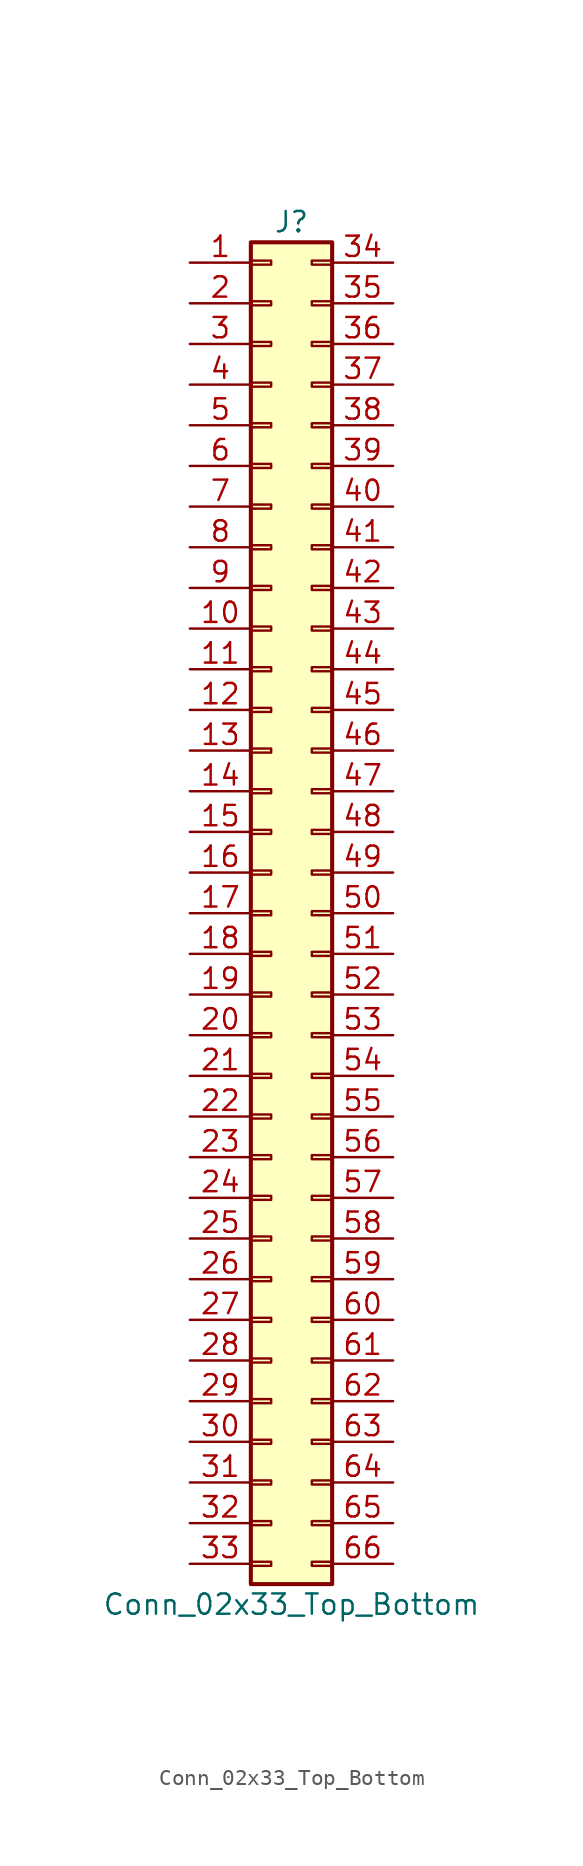
<source format=kicad_sym>
(kicad_symbol_lib
  (version 20220914)
  (generator kicad_symbol_editor)
  (symbol "Conn_02x33_Top_Bottom"
    (pin_names
      (offset 1.016) hide)
    (property "Reference" "J"
      (at 1.27 43.18 0)
      (effects (font (size 1.27 1.27))))
    (property "Value" "Conn_02x33_Top_Bottom"
      (at 1.27 -43.18 0)
      (effects (font (size 1.27 1.27))))
    (symbol "Conn_02x33_Top_Bottom_1_1"
      (rectangle (start -1.27 -40.513) (end 0 -40.767) (stroke (width 0.152) (type solid)) (fill (type none)))
      (rectangle (start -1.27 -37.973) (end 0 -38.227) (stroke (width 0.152) (type solid)) (fill (type none)))
      (rectangle (start -1.27 -35.433) (end 0 -35.687) (stroke (width 0.152) (type solid)) (fill (type none)))
      (rectangle (start -1.27 -32.893) (end 0 -33.147) (stroke (width 0.152) (type solid)) (fill (type none)))
      (rectangle (start -1.27 -30.353) (end 0 -30.607) (stroke (width 0.152) (type solid)) (fill (type none)))
      (rectangle (start -1.27 -27.813) (end 0 -28.067) (stroke (width 0.152) (type solid)) (fill (type none)))
      (rectangle (start -1.27 -25.273) (end 0 -25.527) (stroke (width 0.152) (type solid)) (fill (type none)))
      (rectangle (start -1.27 -22.733) (end 0 -22.987) (stroke (width 0.152) (type solid)) (fill (type none)))
      (rectangle (start -1.27 -20.193) (end 0 -20.447) (stroke (width 0.152) (type solid)) (fill (type none)))
      (rectangle (start -1.27 -17.653) (end 0 -17.907) (stroke (width 0.152) (type solid)) (fill (type none)))
      (rectangle (start -1.27 -15.113) (end 0 -15.367) (stroke (width 0.152) (type solid)) (fill (type none)))
      (rectangle (start -1.27 -12.573) (end 0 -12.827) (stroke (width 0.152) (type solid)) (fill (type none)))
      (rectangle (start -1.27 -10.033) (end 0 -10.287) (stroke (width 0.152) (type solid)) (fill (type none)))
      (rectangle (start -1.27 -7.493) (end 0 -7.747) (stroke (width 0.152) (type solid)) (fill (type none)))
      (rectangle (start -1.27 -4.953) (end 0 -5.207) (stroke (width 0.152) (type solid)) (fill (type none)))
      (rectangle (start -1.27 -2.413) (end 0 -2.667) (stroke (width 0.152) (type solid)) (fill (type none)))
      (rectangle (start -1.27 0.127) (end 0 -0.127) (stroke (width 0.152) (type solid)) (fill (type none)))
      (rectangle (start -1.27 2.667) (end 0 2.413) (stroke (width 0.152) (type solid)) (fill (type none)))
      (rectangle (start -1.27 5.207) (end 0 4.953) (stroke (width 0.152) (type solid)) (fill (type none)))
      (rectangle (start -1.27 7.747) (end 0 7.493) (stroke (width 0.152) (type solid)) (fill (type none)))
      (rectangle (start -1.27 10.287) (end 0 10.033) (stroke (width 0.152) (type solid)) (fill (type none)))
      (rectangle (start -1.27 12.827) (end 0 12.573) (stroke (width 0.152) (type solid)) (fill (type none)))
      (rectangle (start -1.27 15.367) (end 0 15.113) (stroke (width 0.152) (type solid)) (fill (type none)))
      (rectangle (start -1.27 17.907) (end 0 17.653) (stroke (width 0.152) (type solid)) (fill (type none)))
      (rectangle (start -1.27 20.447) (end 0 20.193) (stroke (width 0.152) (type solid)) (fill (type none)))
      (rectangle (start -1.27 22.987) (end 0 22.733) (stroke (width 0.152) (type solid)) (fill (type none)))
      (rectangle (start -1.27 25.527) (end 0 25.273) (stroke (width 0.152) (type solid)) (fill (type none)))
      (rectangle (start -1.27 28.067) (end 0 27.813) (stroke (width 0.152) (type solid)) (fill (type none)))
      (rectangle (start -1.27 30.607) (end 0 30.353) (stroke (width 0.152) (type solid)) (fill (type none)))
      (rectangle (start -1.27 33.147) (end 0 32.893) (stroke (width 0.152) (type solid)) (fill (type none)))
      (rectangle (start -1.27 35.687) (end 0 35.433) (stroke (width 0.152) (type solid)) (fill (type none)))
      (rectangle (start -1.27 38.227) (end 0 37.973) (stroke (width 0.152) (type solid)) (fill (type none)))
      (rectangle (start -1.27 40.767) (end 0 40.513) (stroke (width 0.152) (type solid)) (fill (type none)))
      (rectangle (start -1.27 41.91) (end 3.81 -41.91) (stroke (width 0.254) (type solid)) (fill (type background)))
      (rectangle (start 3.81 -40.513) (end 2.54 -40.767) (stroke (width 0.152) (type solid)) (fill (type none)))
      (rectangle (start 3.81 -37.973) (end 2.54 -38.227) (stroke (width 0.152) (type solid)) (fill (type none)))
      (rectangle (start 3.81 -35.433) (end 2.54 -35.687) (stroke (width 0.152) (type solid)) (fill (type none)))
      (rectangle (start 3.81 -32.893) (end 2.54 -33.147) (stroke (width 0.152) (type solid)) (fill (type none)))
      (rectangle (start 3.81 -30.353) (end 2.54 -30.607) (stroke (width 0.152) (type solid)) (fill (type none)))
      (rectangle (start 3.81 -27.813) (end 2.54 -28.067) (stroke (width 0.152) (type solid)) (fill (type none)))
      (rectangle (start 3.81 -25.273) (end 2.54 -25.527) (stroke (width 0.152) (type solid)) (fill (type none)))
      (rectangle (start 3.81 -22.733) (end 2.54 -22.987) (stroke (width 0.152) (type solid)) (fill (type none)))
      (rectangle (start 3.81 -20.193) (end 2.54 -20.447) (stroke (width 0.152) (type solid)) (fill (type none)))
      (rectangle (start 3.81 -17.653) (end 2.54 -17.907) (stroke (width 0.152) (type solid)) (fill (type none)))
      (rectangle (start 3.81 -15.113) (end 2.54 -15.367) (stroke (width 0.152) (type solid)) (fill (type none)))
      (rectangle (start 3.81 -12.573) (end 2.54 -12.827) (stroke (width 0.152) (type solid)) (fill (type none)))
      (rectangle (start 3.81 -10.033) (end 2.54 -10.287) (stroke (width 0.152) (type solid)) (fill (type none)))
      (rectangle (start 3.81 -7.493) (end 2.54 -7.747) (stroke (width 0.152) (type solid)) (fill (type none)))
      (rectangle (start 3.81 -4.953) (end 2.54 -5.207) (stroke (width 0.152) (type solid)) (fill (type none)))
      (rectangle (start 3.81 -2.413) (end 2.54 -2.667) (stroke (width 0.152) (type solid)) (fill (type none)))
      (rectangle (start 3.81 0.127) (end 2.54 -0.127) (stroke (width 0.152) (type solid)) (fill (type none)))
      (rectangle (start 3.81 2.667) (end 2.54 2.413) (stroke (width 0.152) (type solid)) (fill (type none)))
      (rectangle (start 3.81 5.207) (end 2.54 4.953) (stroke (width 0.152) (type solid)) (fill (type none)))
      (rectangle (start 3.81 7.747) (end 2.54 7.493) (stroke (width 0.152) (type solid)) (fill (type none)))
      (rectangle (start 3.81 10.287) (end 2.54 10.033) (stroke (width 0.152) (type solid)) (fill (type none)))
      (rectangle (start 3.81 12.827) (end 2.54 12.573) (stroke (width 0.152) (type solid)) (fill (type none)))
      (rectangle (start 3.81 15.367) (end 2.54 15.113) (stroke (width 0.152) (type solid)) (fill (type none)))
      (rectangle (start 3.81 17.907) (end 2.54 17.653) (stroke (width 0.152) (type solid)) (fill (type none)))
      (rectangle (start 3.81 20.447) (end 2.54 20.193) (stroke (width 0.152) (type solid)) (fill (type none)))
      (rectangle (start 3.81 22.987) (end 2.54 22.733) (stroke (width 0.152) (type solid)) (fill (type none)))
      (rectangle (start 3.81 25.527) (end 2.54 25.273) (stroke (width 0.152) (type solid)) (fill (type none)))
      (rectangle (start 3.81 28.067) (end 2.54 27.813) (stroke (width 0.152) (type solid)) (fill (type none)))
      (rectangle (start 3.81 30.607) (end 2.54 30.353) (stroke (width 0.152) (type solid)) (fill (type none)))
      (rectangle (start 3.81 33.147) (end 2.54 32.893) (stroke (width 0.152) (type solid)) (fill (type none)))
      (rectangle (start 3.81 35.687) (end 2.54 35.433) (stroke (width 0.152) (type solid)) (fill (type none)))
      (rectangle (start 3.81 38.227) (end 2.54 37.973) (stroke (width 0.152) (type solid)) (fill (type none)))
      (rectangle (start 3.81 40.767) (end 2.54 40.513) (stroke (width 0.152) (type solid)) (fill (type none)))
      (pin passive line (at -5.08 40.64 0) (length 3.81) (name "Pin_1" (effects (font (size 1.27 1.27)))) (number "1" (effects (font (size 1.27 1.27)))))
      (pin passive line (at -5.08 17.78 0) (length 3.81) (name "Pin_10" (effects (font (size 1.27 1.27)))) (number "10" (effects (font (size 1.27 1.27)))))
      (pin passive line (at -5.08 15.24 0) (length 3.81) (name "Pin_11" (effects (font (size 1.27 1.27)))) (number "11" (effects (font (size 1.27 1.27)))))
      (pin passive line (at -5.08 12.7 0) (length 3.81) (name "Pin_12" (effects (font (size 1.27 1.27)))) (number "12" (effects (font (size 1.27 1.27)))))
      (pin passive line (at -5.08 10.16 0) (length 3.81) (name "Pin_13" (effects (font (size 1.27 1.27)))) (number "13" (effects (font (size 1.27 1.27)))))
      (pin passive line (at -5.08 7.62 0) (length 3.81) (name "Pin_14" (effects (font (size 1.27 1.27)))) (number "14" (effects (font (size 1.27 1.27)))))
      (pin passive line (at -5.08 5.08 0) (length 3.81) (name "Pin_15" (effects (font (size 1.27 1.27)))) (number "15" (effects (font (size 1.27 1.27)))))
      (pin passive line (at -5.08 2.54 0) (length 3.81) (name "Pin_16" (effects (font (size 1.27 1.27)))) (number "16" (effects (font (size 1.27 1.27)))))
      (pin passive line (at -5.08 0 0) (length 3.81) (name "Pin_17" (effects (font (size 1.27 1.27)))) (number "17" (effects (font (size 1.27 1.27)))))
      (pin passive line (at -5.08 -2.54 0) (length 3.81) (name "Pin_18" (effects (font (size 1.27 1.27)))) (number "18" (effects (font (size 1.27 1.27)))))
      (pin passive line (at -5.08 -5.08 0) (length 3.81) (name "Pin_19" (effects (font (size 1.27 1.27)))) (number "19" (effects (font (size 1.27 1.27)))))
      (pin passive line (at -5.08 38.1 0) (length 3.81) (name "Pin_2" (effects (font (size 1.27 1.27)))) (number "2" (effects (font (size 1.27 1.27)))))
      (pin passive line (at -5.08 -7.62 0) (length 3.81) (name "Pin_20" (effects (font (size 1.27 1.27)))) (number "20" (effects (font (size 1.27 1.27)))))
      (pin passive line (at -5.08 -10.16 0) (length 3.81) (name "Pin_21" (effects (font (size 1.27 1.27)))) (number "21" (effects (font (size 1.27 1.27)))))
      (pin passive line (at -5.08 -12.7 0) (length 3.81) (name "Pin_22" (effects (font (size 1.27 1.27)))) (number "22" (effects (font (size 1.27 1.27)))))
      (pin passive line (at -5.08 -15.24 0) (length 3.81) (name "Pin_23" (effects (font (size 1.27 1.27)))) (number "23" (effects (font (size 1.27 1.27)))))
      (pin passive line (at -5.08 -17.78 0) (length 3.81) (name "Pin_24" (effects (font (size 1.27 1.27)))) (number "24" (effects (font (size 1.27 1.27)))))
      (pin passive line (at -5.08 -20.32 0) (length 3.81) (name "Pin_25" (effects (font (size 1.27 1.27)))) (number "25" (effects (font (size 1.27 1.27)))))
      (pin passive line (at -5.08 -22.86 0) (length 3.81) (name "Pin_26" (effects (font (size 1.27 1.27)))) (number "26" (effects (font (size 1.27 1.27)))))
      (pin passive line (at -5.08 -25.4 0) (length 3.81) (name "Pin_27" (effects (font (size 1.27 1.27)))) (number "27" (effects (font (size 1.27 1.27)))))
      (pin passive line (at -5.08 -27.94 0) (length 3.81) (name "Pin_28" (effects (font (size 1.27 1.27)))) (number "28" (effects (font (size 1.27 1.27)))))
      (pin passive line (at -5.08 -30.48 0) (length 3.81) (name "Pin_29" (effects (font (size 1.27 1.27)))) (number "29" (effects (font (size 1.27 1.27)))))
      (pin passive line (at -5.08 35.56 0) (length 3.81) (name "Pin_3" (effects (font (size 1.27 1.27)))) (number "3" (effects (font (size 1.27 1.27)))))
      (pin passive line (at -5.08 -33.02 0) (length 3.81) (name "Pin_30" (effects (font (size 1.27 1.27)))) (number "30" (effects (font (size 1.27 1.27)))))
      (pin passive line (at -5.08 -35.56 0) (length 3.81) (name "Pin_31" (effects (font (size 1.27 1.27)))) (number "31" (effects (font (size 1.27 1.27)))))
      (pin passive line (at -5.08 -38.1 0) (length 3.81) (name "Pin_32" (effects (font (size 1.27 1.27)))) (number "32" (effects (font (size 1.27 1.27)))))
      (pin passive line (at -5.08 -40.64 0) (length 3.81) (name "Pin_33" (effects (font (size 1.27 1.27)))) (number "33" (effects (font (size 1.27 1.27)))))
      (pin passive line (at 7.62 40.64 180) (length 3.81) (name "Pin_34" (effects (font (size 1.27 1.27)))) (number "34" (effects (font (size 1.27 1.27)))))
      (pin passive line (at 7.62 38.1 180) (length 3.81) (name "Pin_35" (effects (font (size 1.27 1.27)))) (number "35" (effects (font (size 1.27 1.27)))))
      (pin passive line (at 7.62 35.56 180) (length 3.81) (name "Pin_36" (effects (font (size 1.27 1.27)))) (number "36" (effects (font (size 1.27 1.27)))))
      (pin passive line (at 7.62 33.02 180) (length 3.81) (name "Pin_37" (effects (font (size 1.27 1.27)))) (number "37" (effects (font (size 1.27 1.27)))))
      (pin passive line (at 7.62 30.48 180) (length 3.81) (name "Pin_38" (effects (font (size 1.27 1.27)))) (number "38" (effects (font (size 1.27 1.27)))))
      (pin passive line (at 7.62 27.94 180) (length 3.81) (name "Pin_39" (effects (font (size 1.27 1.27)))) (number "39" (effects (font (size 1.27 1.27)))))
      (pin passive line (at -5.08 33.02 0) (length 3.81) (name "Pin_4" (effects (font (size 1.27 1.27)))) (number "4" (effects (font (size 1.27 1.27)))))
      (pin passive line (at 7.62 25.4 180) (length 3.81) (name "Pin_40" (effects (font (size 1.27 1.27)))) (number "40" (effects (font (size 1.27 1.27)))))
      (pin passive line (at 7.62 22.86 180) (length 3.81) (name "Pin_41" (effects (font (size 1.27 1.27)))) (number "41" (effects (font (size 1.27 1.27)))))
      (pin passive line (at 7.62 20.32 180) (length 3.81) (name "Pin_42" (effects (font (size 1.27 1.27)))) (number "42" (effects (font (size 1.27 1.27)))))
      (pin passive line (at 7.62 17.78 180) (length 3.81) (name "Pin_43" (effects (font (size 1.27 1.27)))) (number "43" (effects (font (size 1.27 1.27)))))
      (pin passive line (at 7.62 15.24 180) (length 3.81) (name "Pin_44" (effects (font (size 1.27 1.27)))) (number "44" (effects (font (size 1.27 1.27)))))
      (pin passive line (at 7.62 12.7 180) (length 3.81) (name "Pin_45" (effects (font (size 1.27 1.27)))) (number "45" (effects (font (size 1.27 1.27)))))
      (pin passive line (at 7.62 10.16 180) (length 3.81) (name "Pin_46" (effects (font (size 1.27 1.27)))) (number "46" (effects (font (size 1.27 1.27)))))
      (pin passive line (at 7.62 7.62 180) (length 3.81) (name "Pin_47" (effects (font (size 1.27 1.27)))) (number "47" (effects (font (size 1.27 1.27)))))
      (pin passive line (at 7.62 5.08 180) (length 3.81) (name "Pin_48" (effects (font (size 1.27 1.27)))) (number "48" (effects (font (size 1.27 1.27)))))
      (pin passive line (at 7.62 2.54 180) (length 3.81) (name "Pin_49" (effects (font (size 1.27 1.27)))) (number "49" (effects (font (size 1.27 1.27)))))
      (pin passive line (at -5.08 30.48 0) (length 3.81) (name "Pin_5" (effects (font (size 1.27 1.27)))) (number "5" (effects (font (size 1.27 1.27)))))
      (pin passive line (at 7.62 0 180) (length 3.81) (name "Pin_50" (effects (font (size 1.27 1.27)))) (number "50" (effects (font (size 1.27 1.27)))))
      (pin passive line (at 7.62 -2.54 180) (length 3.81) (name "Pin_51" (effects (font (size 1.27 1.27)))) (number "51" (effects (font (size 1.27 1.27)))))
      (pin passive line (at 7.62 -5.08 180) (length 3.81) (name "Pin_52" (effects (font (size 1.27 1.27)))) (number "52" (effects (font (size 1.27 1.27)))))
      (pin passive line (at 7.62 -7.62 180) (length 3.81) (name "Pin_53" (effects (font (size 1.27 1.27)))) (number "53" (effects (font (size 1.27 1.27)))))
      (pin passive line (at 7.62 -10.16 180) (length 3.81) (name "Pin_54" (effects (font (size 1.27 1.27)))) (number "54" (effects (font (size 1.27 1.27)))))
      (pin passive line (at 7.62 -12.7 180) (length 3.81) (name "Pin_55" (effects (font (size 1.27 1.27)))) (number "55" (effects (font (size 1.27 1.27)))))
      (pin passive line (at 7.62 -15.24 180) (length 3.81) (name "Pin_56" (effects (font (size 1.27 1.27)))) (number "56" (effects (font (size 1.27 1.27)))))
      (pin passive line (at 7.62 -17.78 180) (length 3.81) (name "Pin_57" (effects (font (size 1.27 1.27)))) (number "57" (effects (font (size 1.27 1.27)))))
      (pin passive line (at 7.62 -20.32 180) (length 3.81) (name "Pin_58" (effects (font (size 1.27 1.27)))) (number "58" (effects (font (size 1.27 1.27)))))
      (pin passive line (at 7.62 -22.86 180) (length 3.81) (name "Pin_59" (effects (font (size 1.27 1.27)))) (number "59" (effects (font (size 1.27 1.27)))))
      (pin passive line (at -5.08 27.94 0) (length 3.81) (name "Pin_6" (effects (font (size 1.27 1.27)))) (number "6" (effects (font (size 1.27 1.27)))))
      (pin passive line (at 7.62 -25.4 180) (length 3.81) (name "Pin_60" (effects (font (size 1.27 1.27)))) (number "60" (effects (font (size 1.27 1.27)))))
      (pin passive line (at 7.62 -27.94 180) (length 3.81) (name "Pin_61" (effects (font (size 1.27 1.27)))) (number "61" (effects (font (size 1.27 1.27)))))
      (pin passive line (at 7.62 -30.48 180) (length 3.81) (name "Pin_62" (effects (font (size 1.27 1.27)))) (number "62" (effects (font (size 1.27 1.27)))))
      (pin passive line (at 7.62 -33.02 180) (length 3.81) (name "Pin_63" (effects (font (size 1.27 1.27)))) (number "63" (effects (font (size 1.27 1.27)))))
      (pin passive line (at 7.62 -35.56 180) (length 3.81) (name "Pin_64" (effects (font (size 1.27 1.27)))) (number "64" (effects (font (size 1.27 1.27)))))
      (pin passive line (at 7.62 -38.1 180) (length 3.81) (name "Pin_65" (effects (font (size 1.27 1.27)))) (number "65" (effects (font (size 1.27 1.27)))))
      (pin passive line (at 7.62 -40.64 180) (length 3.81) (name "Pin_66" (effects (font (size 1.27 1.27)))) (number "66" (effects (font (size 1.27 1.27)))))
      (pin passive line (at -5.08 25.4 0) (length 3.81) (name "Pin_7" (effects (font (size 1.27 1.27)))) (number "7" (effects (font (size 1.27 1.27)))))
      (pin passive line (at -5.08 22.86 0) (length 3.81) (name "Pin_8" (effects (font (size 1.27 1.27)))) (number "8" (effects (font (size 1.27 1.27)))))
      (pin passive line (at -5.08 20.32 0) (length 3.81) (name "Pin_9" (effects (font (size 1.27 1.27)))) (number "9" (effects (font (size 1.27 1.27))))))))
</source>
